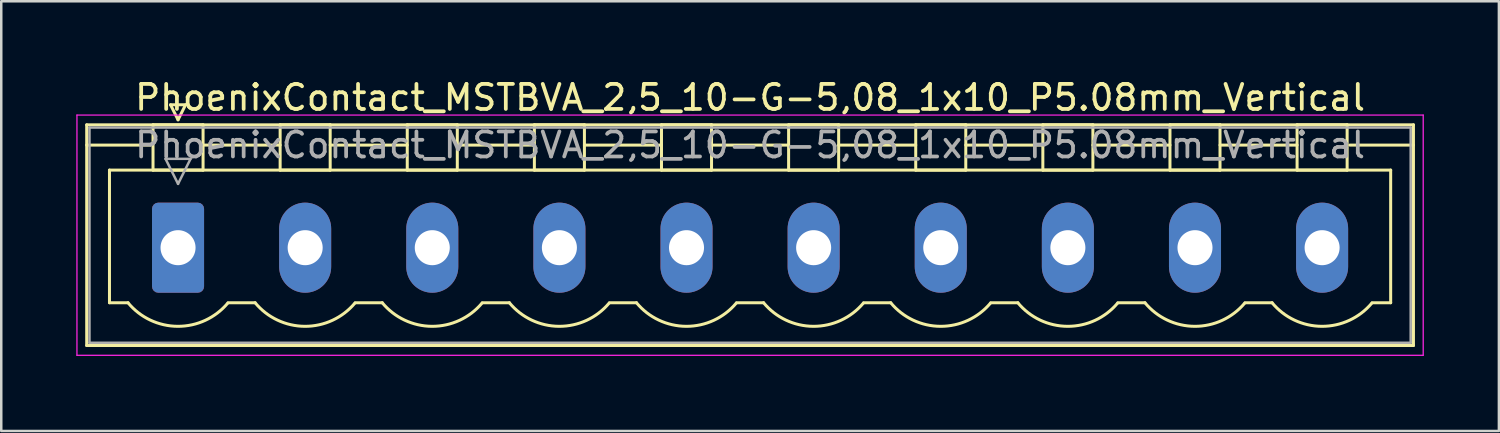
<source format=kicad_pcb>
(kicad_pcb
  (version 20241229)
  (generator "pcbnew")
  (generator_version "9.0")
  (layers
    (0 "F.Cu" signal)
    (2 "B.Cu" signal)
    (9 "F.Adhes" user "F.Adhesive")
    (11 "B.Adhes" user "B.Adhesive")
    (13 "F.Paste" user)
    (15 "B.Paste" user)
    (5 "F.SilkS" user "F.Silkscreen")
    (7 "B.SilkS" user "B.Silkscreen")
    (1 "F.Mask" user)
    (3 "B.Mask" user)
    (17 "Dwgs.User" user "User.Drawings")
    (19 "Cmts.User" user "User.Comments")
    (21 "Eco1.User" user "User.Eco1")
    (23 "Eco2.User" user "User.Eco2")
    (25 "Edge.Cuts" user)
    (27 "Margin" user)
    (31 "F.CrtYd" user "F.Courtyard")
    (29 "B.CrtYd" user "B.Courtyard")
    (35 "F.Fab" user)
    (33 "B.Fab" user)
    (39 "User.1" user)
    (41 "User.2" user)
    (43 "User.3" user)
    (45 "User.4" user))
  (footprint "PhoenixContact_MSTBVA_2,5_10-G-5,08_1x10_P5.08mm_Vertical"
    (layer "F.Cu")
    (at 4.065 6.848)
    (property "Reference" "PhoenixContact_MSTBVA_2,5_10-G-5,08_1x10_P5.08mm_Vertical" (at 22.86 -6 0) (layer "F.SilkS") (effects (font (size 1 1) (thickness 0.15))))
    (attr through_hole)
    (fp_line (start -3.65 -4.91) (end -3.65 3.91) (stroke (width 0.12) (type solid)) (layer "F.SilkS"))
    (fp_line (start -3.65 -4.1) (end -1.11 -4.1) (stroke (width 0.12) (type solid)) (layer "F.SilkS"))
    (fp_line (start -3.65 3.91) (end 49.37 3.91) (stroke (width 0.12) (type solid)) (layer "F.SilkS"))
    (fp_line (start -2.74 -3.1) (end 48.46 -3.1) (stroke (width 0.12) (type solid)) (layer "F.SilkS"))
    (fp_line (start -2.74 2.2) (end -2.74 -3.1) (stroke (width 0.12) (type solid)) (layer "F.SilkS"))
    (fp_line (start -2 2.2) (end -2.74 2.2) (stroke (width 0.12) (type solid)) (layer "F.SilkS"))
    (fp_line (start -1 -4.91) (end 1 -4.91) (stroke (width 0.12) (type solid)) (layer "F.SilkS"))
    (fp_line (start -1 -3.1) (end -1 -4.91) (stroke (width 0.12) (type solid)) (layer "F.SilkS"))
    (fp_line (start -0.3 -5.71) (end 0.3 -5.71) (stroke (width 0.12) (type solid)) (layer "F.SilkS"))
    (fp_line (start 0 -5.11) (end -0.3 -5.71) (stroke (width 0.12) (type solid)) (layer "F.SilkS"))
    (fp_line (start 0.3 -5.71) (end 0 -5.11) (stroke (width 0.12) (type solid)) (layer "F.SilkS"))
    (fp_line (start 1 -4.91) (end 1 -3.1) (stroke (width 0.12) (type solid)) (layer "F.SilkS"))
    (fp_line (start 1 -4.1) (end 4.08 -4.1) (stroke (width 0.12) (type solid)) (layer "F.SilkS"))
    (fp_line (start 1 -3.1) (end -1 -3.1) (stroke (width 0.12) (type solid)) (layer "F.SilkS"))
    (fp_line (start 2 2.2) (end 3.08 2.2) (stroke (width 0.12) (type solid)) (layer "F.SilkS"))
    (fp_line (start 4.08 -4.91) (end 6.08 -4.91) (stroke (width 0.12) (type solid)) (layer "F.SilkS"))
    (fp_line (start 4.08 -3.1) (end 4.08 -4.91) (stroke (width 0.12) (type solid)) (layer "F.SilkS"))
    (fp_line (start 6.08 -4.91) (end 6.08 -3.1) (stroke (width 0.12) (type solid)) (layer "F.SilkS"))
    (fp_line (start 6.08 -4.1) (end 9.16 -4.1) (stroke (width 0.12) (type solid)) (layer "F.SilkS"))
    (fp_line (start 6.08 -3.1) (end 4.08 -3.1) (stroke (width 0.12) (type solid)) (layer "F.SilkS"))
    (fp_line (start 7.08 2.2) (end 8.16 2.2) (stroke (width 0.12) (type solid)) (layer "F.SilkS"))
    (fp_line (start 9.16 -4.91) (end 11.16 -4.91) (stroke (width 0.12) (type solid)) (layer "F.SilkS"))
    (fp_line (start 9.16 -3.1) (end 9.16 -4.91) (stroke (width 0.12) (type solid)) (layer "F.SilkS"))
    (fp_line (start 11.16 -4.91) (end 11.16 -3.1) (stroke (width 0.12) (type solid)) (layer "F.SilkS"))
    (fp_line (start 11.16 -4.1) (end 14.24 -4.1) (stroke (width 0.12) (type solid)) (layer "F.SilkS"))
    (fp_line (start 11.16 -3.1) (end 9.16 -3.1) (stroke (width 0.12) (type solid)) (layer "F.SilkS"))
    (fp_line (start 12.16 2.2) (end 13.24 2.2) (stroke (width 0.12) (type solid)) (layer "F.SilkS"))
    (fp_line (start 14.24 -4.91) (end 16.24 -4.91) (stroke (width 0.12) (type solid)) (layer "F.SilkS"))
    (fp_line (start 14.24 -3.1) (end 14.24 -4.91) (stroke (width 0.12) (type solid)) (layer "F.SilkS"))
    (fp_line (start 16.24 -4.91) (end 16.24 -3.1) (stroke (width 0.12) (type solid)) (layer "F.SilkS"))
    (fp_line (start 16.24 -4.1) (end 19.32 -4.1) (stroke (width 0.12) (type solid)) (layer "F.SilkS"))
    (fp_line (start 16.24 -3.1) (end 14.24 -3.1) (stroke (width 0.12) (type solid)) (layer "F.SilkS"))
    (fp_line (start 17.24 2.2) (end 18.32 2.2) (stroke (width 0.12) (type solid)) (layer "F.SilkS"))
    (fp_line (start 19.32 -4.91) (end 21.32 -4.91) (stroke (width 0.12) (type solid)) (layer "F.SilkS"))
    (fp_line (start 19.32 -3.1) (end 19.32 -4.91) (stroke (width 0.12) (type solid)) (layer "F.SilkS"))
    (fp_line (start 21.32 -4.91) (end 21.32 -3.1) (stroke (width 0.12) (type solid)) (layer "F.SilkS"))
    (fp_line (start 21.32 -4.1) (end 24.4 -4.1) (stroke (width 0.12) (type solid)) (layer "F.SilkS"))
    (fp_line (start 21.32 -3.1) (end 19.32 -3.1) (stroke (width 0.12) (type solid)) (layer "F.SilkS"))
    (fp_line (start 22.32 2.2) (end 23.4 2.2) (stroke (width 0.12) (type solid)) (layer "F.SilkS"))
    (fp_line (start 24.4 -4.91) (end 26.4 -4.91) (stroke (width 0.12) (type solid)) (layer "F.SilkS"))
    (fp_line (start 24.4 -3.1) (end 24.4 -4.91) (stroke (width 0.12) (type solid)) (layer "F.SilkS"))
    (fp_line (start 26.4 -4.91) (end 26.4 -3.1) (stroke (width 0.12) (type solid)) (layer "F.SilkS"))
    (fp_line (start 26.4 -4.1) (end 29.48 -4.1) (stroke (width 0.12) (type solid)) (layer "F.SilkS"))
    (fp_line (start 26.4 -3.1) (end 24.4 -3.1) (stroke (width 0.12) (type solid)) (layer "F.SilkS"))
    (fp_line (start 27.4 2.2) (end 28.48 2.2) (stroke (width 0.12) (type solid)) (layer "F.SilkS"))
    (fp_line (start 29.48 -4.91) (end 31.48 -4.91) (stroke (width 0.12) (type solid)) (layer "F.SilkS"))
    (fp_line (start 29.48 -3.1) (end 29.48 -4.91) (stroke (width 0.12) (type solid)) (layer "F.SilkS"))
    (fp_line (start 31.48 -4.91) (end 31.48 -3.1) (stroke (width 0.12) (type solid)) (layer "F.SilkS"))
    (fp_line (start 31.48 -4.1) (end 34.56 -4.1) (stroke (width 0.12) (type solid)) (layer "F.SilkS"))
    (fp_line (start 31.48 -3.1) (end 29.48 -3.1) (stroke (width 0.12) (type solid)) (layer "F.SilkS"))
    (fp_line (start 32.48 2.2) (end 33.56 2.2) (stroke (width 0.12) (type solid)) (layer "F.SilkS"))
    (fp_line (start 34.56 -4.91) (end 36.56 -4.91) (stroke (width 0.12) (type solid)) (layer "F.SilkS"))
    (fp_line (start 34.56 -3.1) (end 34.56 -4.91) (stroke (width 0.12) (type solid)) (layer "F.SilkS"))
    (fp_line (start 36.56 -4.91) (end 36.56 -3.1) (stroke (width 0.12) (type solid)) (layer "F.SilkS"))
    (fp_line (start 36.56 -4.1) (end 39.64 -4.1) (stroke (width 0.12) (type solid)) (layer "F.SilkS"))
    (fp_line (start 36.56 -3.1) (end 34.56 -3.1) (stroke (width 0.12) (type solid)) (layer "F.SilkS"))
    (fp_line (start 37.56 2.2) (end 38.64 2.2) (stroke (width 0.12) (type solid)) (layer "F.SilkS"))
    (fp_line (start 39.64 -4.91) (end 41.64 -4.91) (stroke (width 0.12) (type solid)) (layer "F.SilkS"))
    (fp_line (start 39.64 -3.1) (end 39.64 -4.91) (stroke (width 0.12) (type solid)) (layer "F.SilkS"))
    (fp_line (start 41.64 -4.91) (end 41.64 -3.1) (stroke (width 0.12) (type solid)) (layer "F.SilkS"))
    (fp_line (start 41.64 -4.1) (end 44.72 -4.1) (stroke (width 0.12) (type solid)) (layer "F.SilkS"))
    (fp_line (start 41.64 -3.1) (end 39.64 -3.1) (stroke (width 0.12) (type solid)) (layer "F.SilkS"))
    (fp_line (start 42.64 2.2) (end 43.72 2.2) (stroke (width 0.12) (type solid)) (layer "F.SilkS"))
    (fp_line (start 44.72 -4.91) (end 46.72 -4.91) (stroke (width 0.12) (type solid)) (layer "F.SilkS"))
    (fp_line (start 44.72 -3.1) (end 44.72 -4.91) (stroke (width 0.12) (type solid)) (layer "F.SilkS"))
    (fp_line (start 46.72 -4.91) (end 46.72 -3.1) (stroke (width 0.12) (type solid)) (layer "F.SilkS"))
    (fp_line (start 46.72 -3.1) (end 44.72 -3.1) (stroke (width 0.12) (type solid)) (layer "F.SilkS"))
    (fp_line (start 48.46 -3.1) (end 48.46 2.2) (stroke (width 0.12) (type solid)) (layer "F.SilkS"))
    (fp_line (start 48.46 2.2) (end 47.72 2.2) (stroke (width 0.12) (type solid)) (layer "F.SilkS"))
    (fp_line (start 49.37 -4.91) (end -3.65 -4.91) (stroke (width 0.12) (type solid)) (layer "F.SilkS"))
    (fp_line (start 49.37 -4.1) (end 46.83 -4.1) (stroke (width 0.12) (type solid)) (layer "F.SilkS"))
    (fp_line (start 49.37 3.91) (end 49.37 -4.91) (stroke (width 0.12) (type solid)) (layer "F.SilkS"))
    (fp_arc (start 1.986842 2.215821) (mid -0.010289 3.142758) (end -2 2.2) (stroke (width 0.12) (type solid)) (layer "F.SilkS"))
    (fp_arc (start 7.066842 2.215821) (mid 5.069711 3.142758) (end 3.08 2.2) (stroke (width 0.12) (type solid)) (layer "F.SilkS"))
    (fp_arc (start 12.146842 2.215821) (mid 10.149711 3.142758) (end 8.16 2.2) (stroke (width 0.12) (type solid)) (layer "F.SilkS"))
    (fp_arc (start 17.226842 2.215821) (mid 15.229711 3.142758) (end 13.24 2.2) (stroke (width 0.12) (type solid)) (layer "F.SilkS"))
    (fp_arc (start 22.306842 2.215821) (mid 20.309711 3.142758) (end 18.32 2.2) (stroke (width 0.12) (type solid)) (layer "F.SilkS"))
    (fp_arc (start 27.386842 2.215821) (mid 25.389711 3.142758) (end 23.4 2.2) (stroke (width 0.12) (type solid)) (layer "F.SilkS"))
    (fp_arc (start 32.466842 2.215821) (mid 30.469711 3.142758) (end 28.48 2.2) (stroke (width 0.12) (type solid)) (layer "F.SilkS"))
    (fp_arc (start 37.546842 2.215821) (mid 35.549711 3.142758) (end 33.56 2.2) (stroke (width 0.12) (type solid)) (layer "F.SilkS"))
    (fp_arc (start 42.626842 2.215821) (mid 40.629711 3.142758) (end 38.64 2.2) (stroke (width 0.12) (type solid)) (layer "F.SilkS"))
    (fp_arc (start 47.706842 2.215821) (mid 45.709711 3.142758) (end 43.72 2.2) (stroke (width 0.12) (type solid)) (layer "F.SilkS"))
    (fp_line (start -4.04 -5.3) (end -4.04 4.3) (stroke (width 0.05) (type solid)) (layer "F.CrtYd"))
    (fp_line (start -4.04 4.3) (end 49.76 4.3) (stroke (width 0.05) (type solid)) (layer "F.CrtYd"))
    (fp_line (start 49.76 -5.3) (end -4.04 -5.3) (stroke (width 0.05) (type solid)) (layer "F.CrtYd"))
    (fp_line (start 49.76 4.3) (end 49.76 -5.3) (stroke (width 0.05) (type solid)) (layer "F.CrtYd"))
    (fp_line (start -3.54 -4.8) (end -3.54 3.8) (stroke (width 0.1) (type solid)) (layer "F.Fab"))
    (fp_line (start -3.54 3.8) (end 49.26 3.8) (stroke (width 0.1) (type solid)) (layer "F.Fab"))
    (fp_line (start -0.5 -3.55) (end 0.5 -3.55) (stroke (width 0.1) (type solid)) (layer "F.Fab"))
    (fp_line (start 0 -2.55) (end -0.5 -3.55) (stroke (width 0.1) (type solid)) (layer "F.Fab"))
    (fp_line (start 0.5 -3.55) (end 0 -2.55) (stroke (width 0.1) (type solid)) (layer "F.Fab"))
    (fp_line (start 49.26 -4.8) (end -3.54 -4.8) (stroke (width 0.1) (type solid)) (layer "F.Fab"))
    (fp_line (start 49.26 3.8) (end 49.26 -4.8) (stroke (width 0.1) (type solid)) (layer "F.Fab"))
    (fp_text user "${REFERENCE}" (at 22.86 -4.1 0) (layer "F.Fab") (effects (font (size 1 1) (thickness 0.15))))
    (pad "1" thru_hole roundrect (at 0 0) (size 2.08 3.6) (drill 1.4) (layers "*.Cu" "*.Mask") (roundrect_rratio 0.12))
    (pad "2" thru_hole oval (at 5.08 0) (size 2.08 3.6) (drill 1.4) (layers "*.Cu" "*.Mask"))
    (pad "3" thru_hole oval (at 10.16 0) (size 2.08 3.6) (drill 1.4) (layers "*.Cu" "*.Mask"))
    (pad "4" thru_hole oval (at 15.24 0) (size 2.08 3.6) (drill 1.4) (layers "*.Cu" "*.Mask"))
    (pad "5" thru_hole oval (at 20.32 0) (size 2.08 3.6) (drill 1.4) (layers "*.Cu" "*.Mask"))
    (pad "6" thru_hole oval (at 25.4 0) (size 2.08 3.6) (drill 1.4) (layers "*.Cu" "*.Mask"))
    (pad "7" thru_hole oval (at 30.48 0) (size 2.08 3.6) (drill 1.4) (layers "*.Cu" "*.Mask"))
    (pad "8" thru_hole oval (at 35.56 0) (size 2.08 3.6) (drill 1.4) (layers "*.Cu" "*.Mask"))
    (pad "9" thru_hole oval (at 40.64 0) (size 2.08 3.6) (drill 1.4) (layers "*.Cu" "*.Mask"))
    (pad "10" thru_hole oval (at 45.72 0) (size 2.08 3.6) (drill 1.4) (layers "*.Cu" "*.Mask")))
  (gr_rect
    (start -3 -3)
    (end 56.85 14.173)
    (stroke (width 0.1) (type default))
    (fill no)
    (layer "Edge.Cuts")))
</source>
